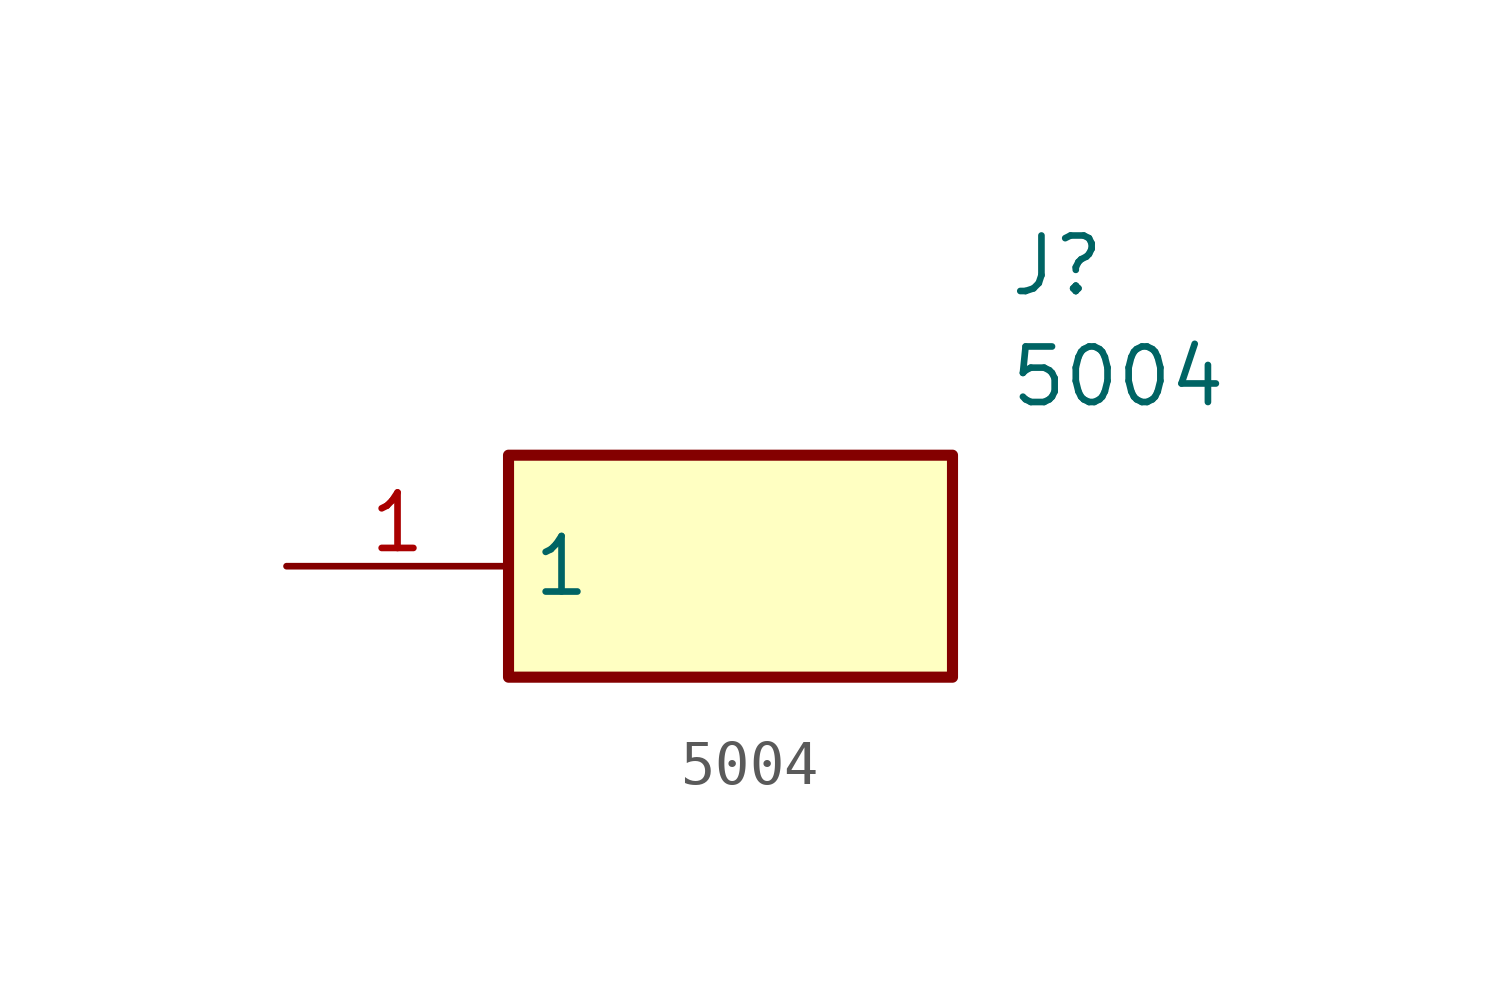
<source format=kicad_sym>
(kicad_symbol_lib
  (version 20211014)
  (generator SamacSys_ECAD_Model)
  (symbol "5004"
    (property "Reference" "J"
      (at 16.51 7.62 0)
      (effects (font (size 1.27 1.27)) (justify left top)))
    (property "Value" "5004"
      (at 16.51 5.08 0)
      (effects (font (size 1.27 1.27)) (justify left top)))
    (rectangle
      (start 5.08 2.54)
      (end 15.24 -2.54)
      (stroke (width 0.254) (type default))
      (fill (type background)))
    (pin passive line
      (at 0 0 0)
      (length 5.08)
      (name "1" (effects (font (size 1.27 1.27))))
      (number "1" (effects (font (size 1.27 1.27)))))))
</source>
